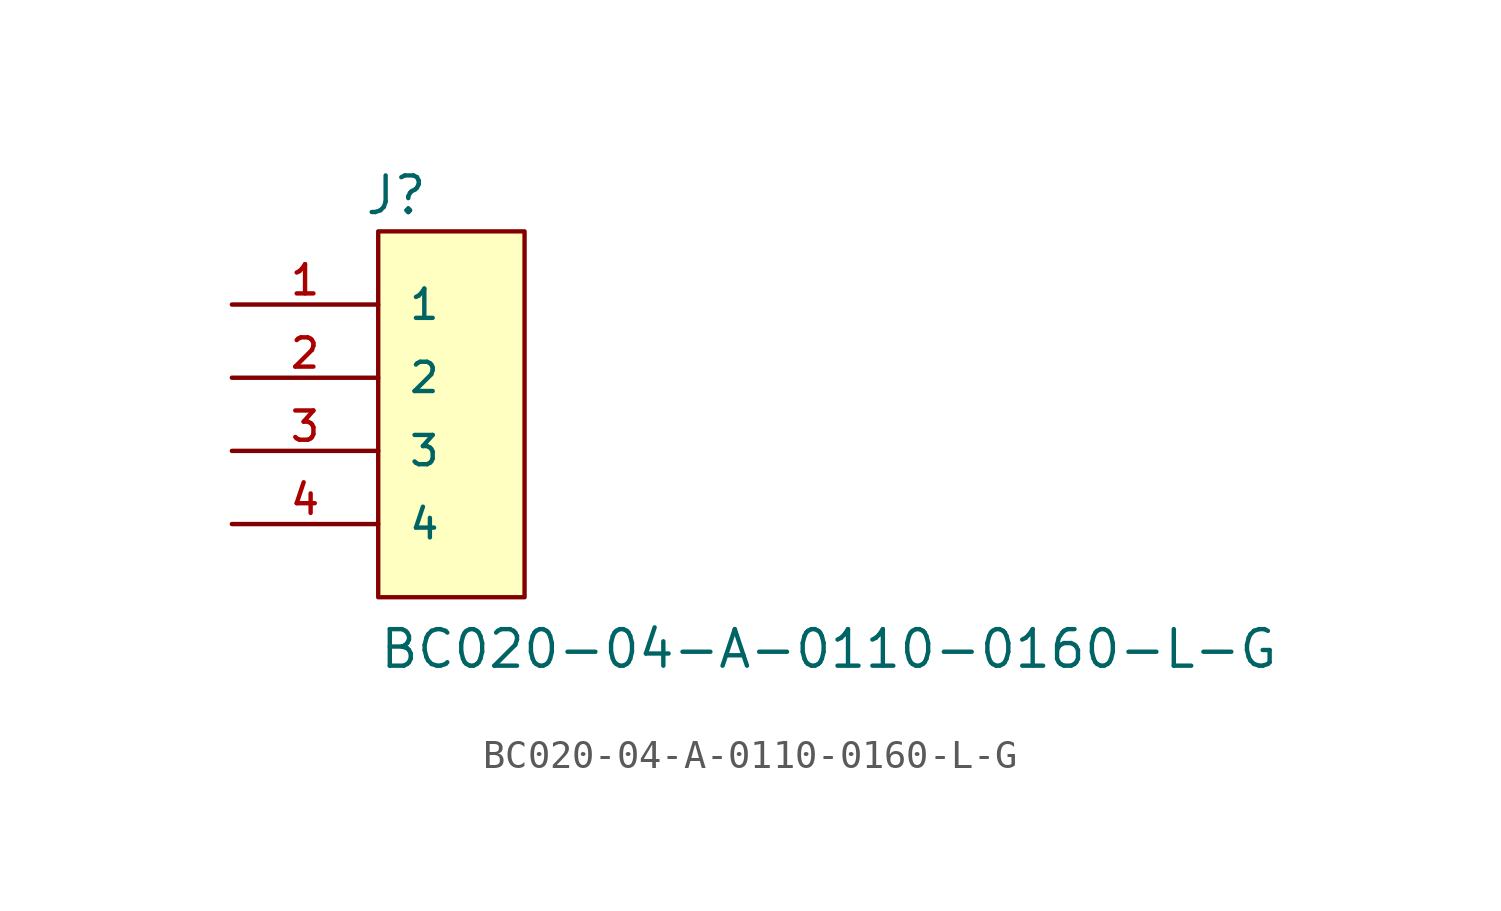
<source format=kicad_sym>
(kicad_symbol_lib
  (version 20231120)
  (generator "kicad_symbol_editor")
  (generator_version "8.0")
  (symbol "BC020-04-A-0110-0160-L-G"
    (pin_names
      (offset 1.016))
    (property "Reference" "J"
      (at -3.048 5.588 0)
      (effects (font (size 1.27 1.27)) (justify left bottom)))
    (property "Value" "BC020-04-A-0110-0160-L-G"
      (at -2.54 -10.16 0)
      (effects (font (size 1.27 1.27)) (justify left bottom)))
    (symbol "BC020-04-A-0110-0160-L-G_0_0"
      (rectangle (start -2.54 -7.62) (end 2.54 5.08) (stroke (width 0.152) (type default)) (fill (type background)))
      (pin passive line (at -7.62 2.54 0) (length 5.08) (name "1" (effects (font (size 1.016 1.016)))) (number "1" (effects (font (size 1.016 1.016)))))
      (pin passive line (at -7.62 0 0) (length 5.08) (name "2" (effects (font (size 1.016 1.016)))) (number "2" (effects (font (size 1.016 1.016)))))
      (pin passive line (at -7.62 -2.54 0) (length 5.08) (name "3" (effects (font (size 1.016 1.016)))) (number "3" (effects (font (size 1.016 1.016)))))
      (pin passive line (at -7.62 -5.08 0) (length 5.08) (name "4" (effects (font (size 1.016 1.016)))) (number "4" (effects (font (size 1.016 1.016))))))))
</source>
